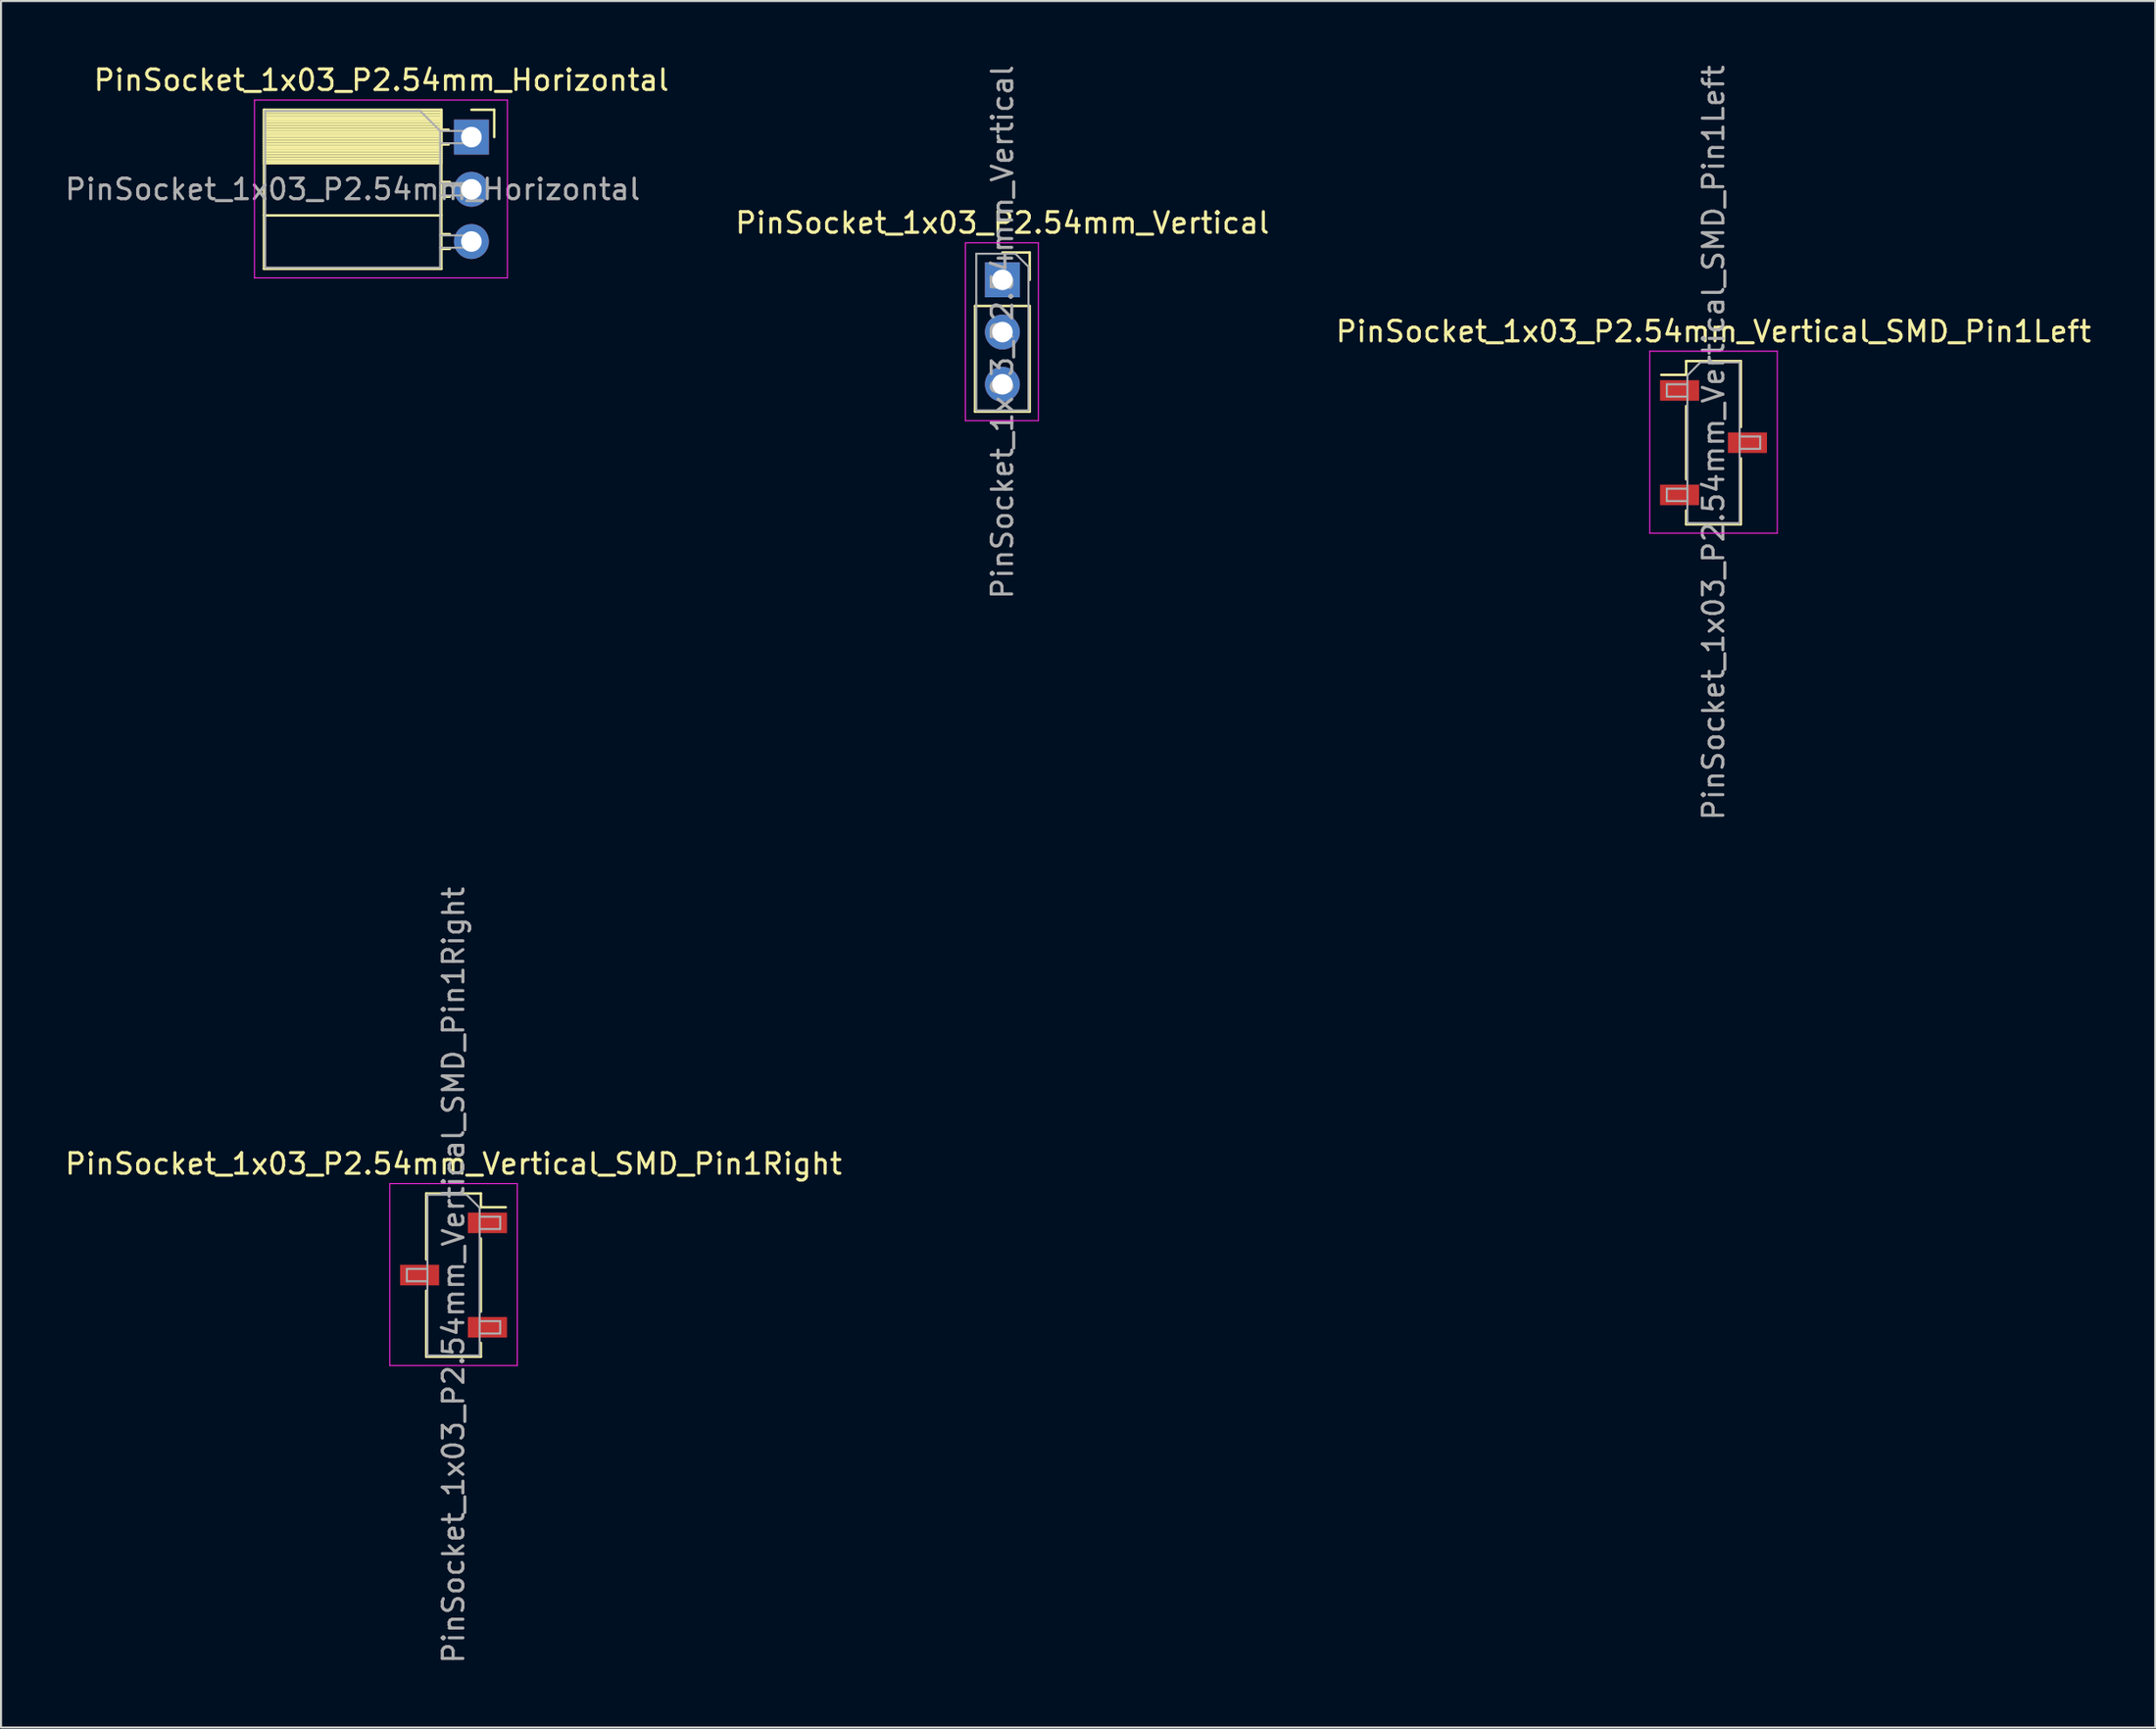
<source format=kicad_pcb>
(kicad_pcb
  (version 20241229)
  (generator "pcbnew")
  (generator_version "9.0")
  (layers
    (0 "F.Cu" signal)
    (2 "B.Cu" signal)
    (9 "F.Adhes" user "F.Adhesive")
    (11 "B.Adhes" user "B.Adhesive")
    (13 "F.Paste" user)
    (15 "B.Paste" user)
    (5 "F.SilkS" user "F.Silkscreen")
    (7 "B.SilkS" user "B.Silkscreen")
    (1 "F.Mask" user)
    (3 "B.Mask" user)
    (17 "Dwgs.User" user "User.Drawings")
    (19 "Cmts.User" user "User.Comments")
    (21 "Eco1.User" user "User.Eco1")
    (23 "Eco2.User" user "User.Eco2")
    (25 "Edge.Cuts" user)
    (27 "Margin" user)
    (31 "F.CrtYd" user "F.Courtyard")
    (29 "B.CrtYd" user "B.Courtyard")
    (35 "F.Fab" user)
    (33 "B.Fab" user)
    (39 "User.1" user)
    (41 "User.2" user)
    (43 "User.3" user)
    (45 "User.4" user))
  (footprint "PinSocket_1x03_P2.54mm_Horizontal"
    (layer "F.Cu")
    (at 19.876 3.618)
    (property "Reference" "PinSocket_1x03_P2.54mm_Horizontal" (at -4.38 -2.77 0) (layer "F.SilkS") (effects (font (size 1 1) (thickness 0.15))))
    (attr through_hole)
    (fp_line (start -10.09 -1.33) (end -10.09 6.41) (stroke (width 0.12) (type solid)) (layer "F.SilkS"))
    (fp_line (start -10.09 -1.33) (end -1.46 -1.33) (stroke (width 0.12) (type solid)) (layer "F.SilkS"))
    (fp_line (start -10.09 -1.21) (end -1.46 -1.21) (stroke (width 0.12) (type solid)) (layer "F.SilkS"))
    (fp_line (start -10.09 -1.092) (end -1.46 -1.092) (stroke (width 0.12) (type solid)) (layer "F.SilkS"))
    (fp_line (start -10.09 -0.974) (end -1.46 -0.974) (stroke (width 0.12) (type solid)) (layer "F.SilkS"))
    (fp_line (start -10.09 -0.856) (end -1.46 -0.856) (stroke (width 0.12) (type solid)) (layer "F.SilkS"))
    (fp_line (start -10.09 -0.738) (end -1.46 -0.738) (stroke (width 0.12) (type solid)) (layer "F.SilkS"))
    (fp_line (start -10.09 -0.62) (end -1.46 -0.62) (stroke (width 0.12) (type solid)) (layer "F.SilkS"))
    (fp_line (start -10.09 -0.501) (end -1.46 -0.501) (stroke (width 0.12) (type solid)) (layer "F.SilkS"))
    (fp_line (start -10.09 -0.383) (end -1.46 -0.383) (stroke (width 0.12) (type solid)) (layer "F.SilkS"))
    (fp_line (start -10.09 -0.265) (end -1.46 -0.265) (stroke (width 0.12) (type solid)) (layer "F.SilkS"))
    (fp_line (start -10.09 -0.147) (end -1.46 -0.147) (stroke (width 0.12) (type solid)) (layer "F.SilkS"))
    (fp_line (start -10.09 -0.029) (end -1.46 -0.029) (stroke (width 0.12) (type solid)) (layer "F.SilkS"))
    (fp_line (start -10.09 0.089) (end -1.46 0.089) (stroke (width 0.12) (type solid)) (layer "F.SilkS"))
    (fp_line (start -10.09 0.207) (end -1.46 0.207) (stroke (width 0.12) (type solid)) (layer "F.SilkS"))
    (fp_line (start -10.09 0.325) (end -1.46 0.325) (stroke (width 0.12) (type solid)) (layer "F.SilkS"))
    (fp_line (start -10.09 0.443) (end -1.46 0.443) (stroke (width 0.12) (type solid)) (layer "F.SilkS"))
    (fp_line (start -10.09 0.561) (end -1.46 0.561) (stroke (width 0.12) (type solid)) (layer "F.SilkS"))
    (fp_line (start -10.09 0.68) (end -1.46 0.68) (stroke (width 0.12) (type solid)) (layer "F.SilkS"))
    (fp_line (start -10.09 0.798) (end -1.46 0.798) (stroke (width 0.12) (type solid)) (layer "F.SilkS"))
    (fp_line (start -10.09 0.916) (end -1.46 0.916) (stroke (width 0.12) (type solid)) (layer "F.SilkS"))
    (fp_line (start -10.09 1.034) (end -1.46 1.034) (stroke (width 0.12) (type solid)) (layer "F.SilkS"))
    (fp_line (start -10.09 1.152) (end -1.46 1.152) (stroke (width 0.12) (type solid)) (layer "F.SilkS"))
    (fp_line (start -10.09 1.27) (end -1.46 1.27) (stroke (width 0.12) (type solid)) (layer "F.SilkS"))
    (fp_line (start -10.09 3.81) (end -1.46 3.81) (stroke (width 0.12) (type solid)) (layer "F.SilkS"))
    (fp_line (start -10.09 6.41) (end -1.46 6.41) (stroke (width 0.12) (type solid)) (layer "F.SilkS"))
    (fp_line (start -1.46 -1.33) (end -1.46 6.41) (stroke (width 0.12) (type solid)) (layer "F.SilkS"))
    (fp_line (start -1.46 -0.36) (end -1.11 -0.36) (stroke (width 0.12) (type solid)) (layer "F.SilkS"))
    (fp_line (start -1.46 0.36) (end -1.11 0.36) (stroke (width 0.12) (type solid)) (layer "F.SilkS"))
    (fp_line (start -1.46 2.18) (end -1.05 2.18) (stroke (width 0.12) (type solid)) (layer "F.SilkS"))
    (fp_line (start -1.46 2.9) (end -1.05 2.9) (stroke (width 0.12) (type solid)) (layer "F.SilkS"))
    (fp_line (start -1.46 4.72) (end -1.05 4.72) (stroke (width 0.12) (type solid)) (layer "F.SilkS"))
    (fp_line (start -1.46 5.44) (end -1.05 5.44) (stroke (width 0.12) (type solid)) (layer "F.SilkS"))
    (fp_line (start 0 -1.33) (end 1.11 -1.33) (stroke (width 0.12) (type solid)) (layer "F.SilkS"))
    (fp_line (start 1.11 -1.33) (end 1.11 0) (stroke (width 0.12) (type solid)) (layer "F.SilkS"))
    (fp_line (start -10.55 -1.8) (end -10.55 6.85) (stroke (width 0.05) (type solid)) (layer "F.CrtYd"))
    (fp_line (start -10.55 6.85) (end 1.75 6.85) (stroke (width 0.05) (type solid)) (layer "F.CrtYd"))
    (fp_line (start 1.75 -1.8) (end -10.55 -1.8) (stroke (width 0.05) (type solid)) (layer "F.CrtYd"))
    (fp_line (start 1.75 6.85) (end 1.75 -1.8) (stroke (width 0.05) (type solid)) (layer "F.CrtYd"))
    (fp_line (start -10.03 -1.27) (end -2.49 -1.27) (stroke (width 0.1) (type solid)) (layer "F.Fab"))
    (fp_line (start -10.03 6.35) (end -10.03 -1.27) (stroke (width 0.1) (type solid)) (layer "F.Fab"))
    (fp_line (start -2.49 -1.27) (end -1.52 -0.3) (stroke (width 0.1) (type solid)) (layer "F.Fab"))
    (fp_line (start -1.52 -0.3) (end -1.52 6.35) (stroke (width 0.1) (type solid)) (layer "F.Fab"))
    (fp_line (start -1.52 0.3) (end 0 0.3) (stroke (width 0.1) (type solid)) (layer "F.Fab"))
    (fp_line (start -1.52 2.84) (end 0 2.84) (stroke (width 0.1) (type solid)) (layer "F.Fab"))
    (fp_line (start -1.52 5.38) (end 0 5.38) (stroke (width 0.1) (type solid)) (layer "F.Fab"))
    (fp_line (start -1.52 6.35) (end -10.03 6.35) (stroke (width 0.1) (type solid)) (layer "F.Fab"))
    (fp_line (start 0 -0.3) (end -1.52 -0.3) (stroke (width 0.1) (type solid)) (layer "F.Fab"))
    (fp_line (start 0 0.3) (end 0 -0.3) (stroke (width 0.1) (type solid)) (layer "F.Fab"))
    (fp_line (start 0 2.24) (end -1.52 2.24) (stroke (width 0.1) (type solid)) (layer "F.Fab"))
    (fp_line (start 0 2.84) (end 0 2.24) (stroke (width 0.1) (type solid)) (layer "F.Fab"))
    (fp_line (start 0 4.78) (end -1.52 4.78) (stroke (width 0.1) (type solid)) (layer "F.Fab"))
    (fp_line (start 0 5.38) (end 0 4.78) (stroke (width 0.1) (type solid)) (layer "F.Fab"))
    (fp_text user "${REFERENCE}" (at -5.775 2.54 0) (layer "F.Fab") (effects (font (size 1 1) (thickness 0.15))))
    (pad "1" thru_hole rect (at 0 0) (size 1.7 1.7) (drill 1) (layers "*.Cu" "*.Mask"))
    (pad "2" thru_hole oval (at 0 2.54) (size 1.7 1.7) (drill 1) (layers "*.Cu" "*.Mask"))
    (pad "3" thru_hole oval (at 0 5.08) (size 1.7 1.7) (drill 1) (layers "*.Cu" "*.Mask")))
  (footprint "PinSocket_1x03_P2.54mm_Vertical_SMD_Pin1Left"
    (layer "F.Cu")
    (at 80.282 18.482)
    (property "Reference" "PinSocket_1x03_P2.54mm_Vertical_SMD_Pin1Left" (at 0 -5.41 0) (layer "F.SilkS") (effects (font (size 1 1) (thickness 0.15))))
    (attr smd)
    (fp_line (start -2.54 -3.3) (end -1.33 -3.3) (stroke (width 0.12) (type solid)) (layer "F.SilkS"))
    (fp_line (start -1.33 -3.97) (end -1.33 -3.3) (stroke (width 0.12) (type solid)) (layer "F.SilkS"))
    (fp_line (start -1.33 -3.97) (end 1.33 -3.97) (stroke (width 0.12) (type solid)) (layer "F.SilkS"))
    (fp_line (start -1.33 -1.78) (end -1.33 1.78) (stroke (width 0.12) (type solid)) (layer "F.SilkS"))
    (fp_line (start -1.33 3.3) (end -1.33 3.97) (stroke (width 0.12) (type solid)) (layer "F.SilkS"))
    (fp_line (start -1.33 3.97) (end 1.33 3.97) (stroke (width 0.12) (type solid)) (layer "F.SilkS"))
    (fp_line (start 1.33 -3.97) (end 1.33 -0.76) (stroke (width 0.12) (type solid)) (layer "F.SilkS"))
    (fp_line (start 1.33 0.76) (end 1.33 3.97) (stroke (width 0.12) (type solid)) (layer "F.SilkS"))
    (fp_line (start -3.1 -4.45) (end 3.1 -4.45) (stroke (width 0.05) (type solid)) (layer "F.CrtYd"))
    (fp_line (start -3.1 4.4) (end -3.1 -4.45) (stroke (width 0.05) (type solid)) (layer "F.CrtYd"))
    (fp_line (start 3.1 -4.45) (end 3.1 4.4) (stroke (width 0.05) (type solid)) (layer "F.CrtYd"))
    (fp_line (start 3.1 4.4) (end -3.1 4.4) (stroke (width 0.05) (type solid)) (layer "F.CrtYd"))
    (fp_line (start -2.27 -2.84) (end -1.27 -2.84) (stroke (width 0.1) (type solid)) (layer "F.Fab"))
    (fp_line (start -2.27 -2.24) (end -2.27 -2.84) (stroke (width 0.1) (type solid)) (layer "F.Fab"))
    (fp_line (start -2.27 2.24) (end -1.27 2.24) (stroke (width 0.1) (type solid)) (layer "F.Fab"))
    (fp_line (start -2.27 2.84) (end -2.27 2.24) (stroke (width 0.1) (type solid)) (layer "F.Fab"))
    (fp_line (start -1.27 -3.275) (end -0.635 -3.91) (stroke (width 0.1) (type solid)) (layer "F.Fab"))
    (fp_line (start -1.27 -2.24) (end -2.27 -2.24) (stroke (width 0.1) (type solid)) (layer "F.Fab"))
    (fp_line (start -1.27 2.84) (end -2.27 2.84) (stroke (width 0.1) (type solid)) (layer "F.Fab"))
    (fp_line (start -1.27 3.91) (end -1.27 -3.275) (stroke (width 0.1) (type solid)) (layer "F.Fab"))
    (fp_line (start -0.635 -3.91) (end 1.27 -3.91) (stroke (width 0.1) (type solid)) (layer "F.Fab"))
    (fp_line (start 1.27 -3.91) (end 1.27 3.91) (stroke (width 0.1) (type solid)) (layer "F.Fab"))
    (fp_line (start 1.27 -0.3) (end 2.27 -0.3) (stroke (width 0.1) (type solid)) (layer "F.Fab"))
    (fp_line (start 1.27 3.91) (end -1.27 3.91) (stroke (width 0.1) (type solid)) (layer "F.Fab"))
    (fp_line (start 2.27 -0.3) (end 2.27 0.3) (stroke (width 0.1) (type solid)) (layer "F.Fab"))
    (fp_line (start 2.27 0.3) (end 1.27 0.3) (stroke (width 0.1) (type solid)) (layer "F.Fab"))
    (fp_text user "${REFERENCE}" (at 0 0 90) (layer "F.Fab") (effects (font (size 1 1) (thickness 0.15))))
    (pad "1" smd rect (at -1.65 -2.54) (size 1.9 1) (layers "F.Cu" "F.Mask" "F.Paste"))
    (pad "2" smd rect (at 1.65 0) (size 1.9 1) (layers "F.Cu" "F.Mask" "F.Paste"))
    (pad "3" smd rect (at -1.65 2.54) (size 1.9 1) (layers "F.Cu" "F.Mask" "F.Paste")))
  (footprint "PinSocket_1x03_P2.54mm_Vertical"
    (layer "F.Cu")
    (at 45.699 10.561)
    (property "Reference" "PinSocket_1x03_P2.54mm_Vertical" (at 0 -2.77 0) (layer "F.SilkS") (effects (font (size 1 1) (thickness 0.15))))
    (attr through_hole)
    (fp_line (start -1.33 1.27) (end -1.33 6.41) (stroke (width 0.12) (type solid)) (layer "F.SilkS"))
    (fp_line (start -1.33 1.27) (end 1.33 1.27) (stroke (width 0.12) (type solid)) (layer "F.SilkS"))
    (fp_line (start -1.33 6.41) (end 1.33 6.41) (stroke (width 0.12) (type solid)) (layer "F.SilkS"))
    (fp_line (start 0 -1.33) (end 1.33 -1.33) (stroke (width 0.12) (type solid)) (layer "F.SilkS"))
    (fp_line (start 1.33 -1.33) (end 1.33 0) (stroke (width 0.12) (type solid)) (layer "F.SilkS"))
    (fp_line (start 1.33 1.27) (end 1.33 6.41) (stroke (width 0.12) (type solid)) (layer "F.SilkS"))
    (fp_line (start -1.8 -1.8) (end 1.75 -1.8) (stroke (width 0.05) (type solid)) (layer "F.CrtYd"))
    (fp_line (start -1.8 6.85) (end -1.8 -1.8) (stroke (width 0.05) (type solid)) (layer "F.CrtYd"))
    (fp_line (start 1.75 -1.8) (end 1.75 6.85) (stroke (width 0.05) (type solid)) (layer "F.CrtYd"))
    (fp_line (start 1.75 6.85) (end -1.8 6.85) (stroke (width 0.05) (type solid)) (layer "F.CrtYd"))
    (fp_line (start -1.27 -1.27) (end 0.635 -1.27) (stroke (width 0.1) (type solid)) (layer "F.Fab"))
    (fp_line (start -1.27 6.35) (end -1.27 -1.27) (stroke (width 0.1) (type solid)) (layer "F.Fab"))
    (fp_line (start 0.635 -1.27) (end 1.27 -0.635) (stroke (width 0.1) (type solid)) (layer "F.Fab"))
    (fp_line (start 1.27 -0.635) (end 1.27 6.35) (stroke (width 0.1) (type solid)) (layer "F.Fab"))
    (fp_line (start 1.27 6.35) (end -1.27 6.35) (stroke (width 0.1) (type solid)) (layer "F.Fab"))
    (fp_text user "${REFERENCE}" (at 0 2.54 90) (layer "F.Fab") (effects (font (size 1 1) (thickness 0.15))))
    (pad "1" thru_hole rect (at 0 0) (size 1.7 1.7) (drill 1) (layers "*.Cu" "*.Mask"))
    (pad "2" thru_hole oval (at 0 2.54) (size 1.7 1.7) (drill 1) (layers "*.Cu" "*.Mask"))
    (pad "3" thru_hole oval (at 0 5.08) (size 1.7 1.7) (drill 1) (layers "*.Cu" "*.Mask")))
  (footprint "PinSocket_1x03_P2.54mm_Vertical_SMD_Pin1Right"
    (layer "F.Cu")
    (at 19.006 58.97)
    (property "Reference" "PinSocket_1x03_P2.54mm_Vertical_SMD_Pin1Right" (at 0 -5.41 0) (layer "F.SilkS") (effects (font (size 1 1) (thickness 0.15))))
    (attr smd)
    (fp_line (start -1.33 -3.97) (end -1.33 -0.76) (stroke (width 0.12) (type solid)) (layer "F.SilkS"))
    (fp_line (start -1.33 -3.97) (end 1.33 -3.97) (stroke (width 0.12) (type solid)) (layer "F.SilkS"))
    (fp_line (start -1.33 0.76) (end -1.33 3.97) (stroke (width 0.12) (type solid)) (layer "F.SilkS"))
    (fp_line (start -1.33 3.97) (end 1.33 3.97) (stroke (width 0.12) (type solid)) (layer "F.SilkS"))
    (fp_line (start 1.33 -3.97) (end 1.33 -3.3) (stroke (width 0.12) (type solid)) (layer "F.SilkS"))
    (fp_line (start 1.33 -3.3) (end 2.54 -3.3) (stroke (width 0.12) (type solid)) (layer "F.SilkS"))
    (fp_line (start 1.33 -1.78) (end 1.33 1.78) (stroke (width 0.12) (type solid)) (layer "F.SilkS"))
    (fp_line (start 1.33 3.3) (end 1.33 3.97) (stroke (width 0.12) (type solid)) (layer "F.SilkS"))
    (fp_line (start -3.1 -4.45) (end 3.1 -4.45) (stroke (width 0.05) (type solid)) (layer "F.CrtYd"))
    (fp_line (start -3.1 4.4) (end -3.1 -4.45) (stroke (width 0.05) (type solid)) (layer "F.CrtYd"))
    (fp_line (start 3.1 -4.45) (end 3.1 4.4) (stroke (width 0.05) (type solid)) (layer "F.CrtYd"))
    (fp_line (start 3.1 4.4) (end -3.1 4.4) (stroke (width 0.05) (type solid)) (layer "F.CrtYd"))
    (fp_line (start -2.27 -0.3) (end -1.27 -0.3) (stroke (width 0.1) (type solid)) (layer "F.Fab"))
    (fp_line (start -2.27 0.3) (end -2.27 -0.3) (stroke (width 0.1) (type solid)) (layer "F.Fab"))
    (fp_line (start -1.27 -3.91) (end 0.635 -3.91) (stroke (width 0.1) (type solid)) (layer "F.Fab"))
    (fp_line (start -1.27 0.3) (end -2.27 0.3) (stroke (width 0.1) (type solid)) (layer "F.Fab"))
    (fp_line (start -1.27 3.91) (end -1.27 -3.91) (stroke (width 0.1) (type solid)) (layer "F.Fab"))
    (fp_line (start 0.635 -3.91) (end 1.27 -3.275) (stroke (width 0.1) (type solid)) (layer "F.Fab"))
    (fp_line (start 1.27 -3.275) (end 1.27 3.91) (stroke (width 0.1) (type solid)) (layer "F.Fab"))
    (fp_line (start 1.27 -2.84) (end 2.27 -2.84) (stroke (width 0.1) (type solid)) (layer "F.Fab"))
    (fp_line (start 1.27 2.24) (end 2.27 2.24) (stroke (width 0.1) (type solid)) (layer "F.Fab"))
    (fp_line (start 1.27 3.91) (end -1.27 3.91) (stroke (width 0.1) (type solid)) (layer "F.Fab"))
    (fp_line (start 2.27 -2.84) (end 2.27 -2.24) (stroke (width 0.1) (type solid)) (layer "F.Fab"))
    (fp_line (start 2.27 -2.24) (end 1.27 -2.24) (stroke (width 0.1) (type solid)) (layer "F.Fab"))
    (fp_line (start 2.27 2.24) (end 2.27 2.84) (stroke (width 0.1) (type solid)) (layer "F.Fab"))
    (fp_line (start 2.27 2.84) (end 1.27 2.84) (stroke (width 0.1) (type solid)) (layer "F.Fab"))
    (fp_text user "${REFERENCE}" (at 0 0 90) (layer "F.Fab") (effects (font (size 1 1) (thickness 0.15))))
    (pad "1" smd rect (at 1.65 -2.54) (size 1.9 1) (layers "F.Cu" "F.Mask" "F.Paste"))
    (pad "2" smd rect (at -1.65 0) (size 1.9 1) (layers "F.Cu" "F.Mask" "F.Paste"))
    (pad "3" smd rect (at 1.65 2.54) (size 1.9 1) (layers "F.Cu" "F.Mask" "F.Paste")))
  (gr_rect
    (start -3 -3)
    (end 101.764 80.976)
    (stroke (width 0.1) (type default))
    (fill no)
    (layer "Edge.Cuts")))
</source>
